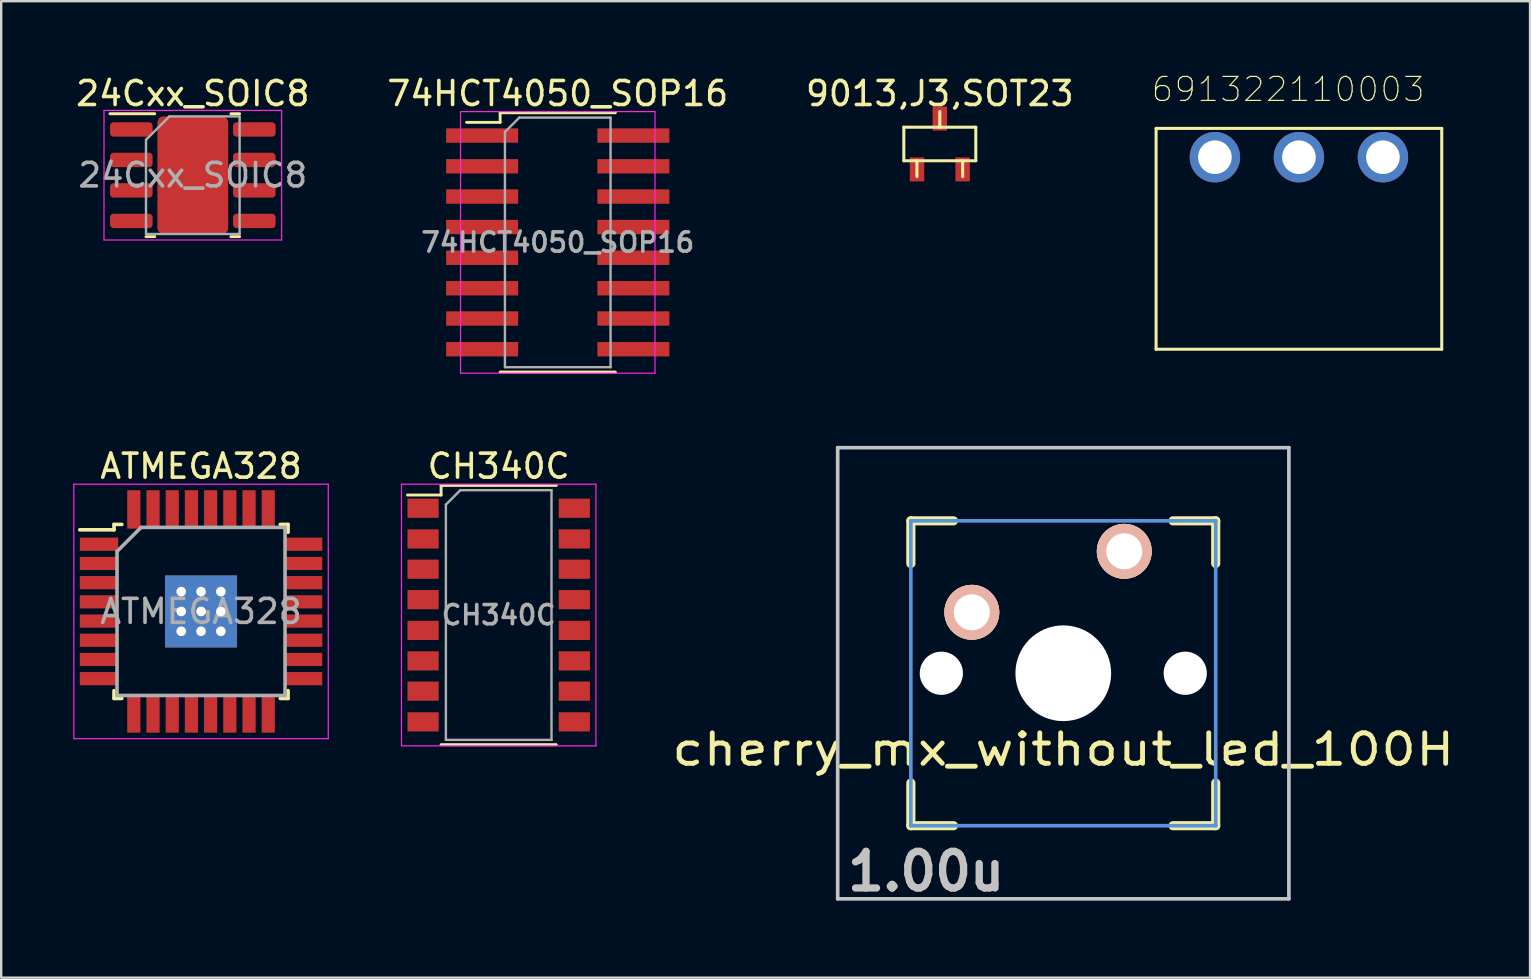
<source format=kicad_pcb>
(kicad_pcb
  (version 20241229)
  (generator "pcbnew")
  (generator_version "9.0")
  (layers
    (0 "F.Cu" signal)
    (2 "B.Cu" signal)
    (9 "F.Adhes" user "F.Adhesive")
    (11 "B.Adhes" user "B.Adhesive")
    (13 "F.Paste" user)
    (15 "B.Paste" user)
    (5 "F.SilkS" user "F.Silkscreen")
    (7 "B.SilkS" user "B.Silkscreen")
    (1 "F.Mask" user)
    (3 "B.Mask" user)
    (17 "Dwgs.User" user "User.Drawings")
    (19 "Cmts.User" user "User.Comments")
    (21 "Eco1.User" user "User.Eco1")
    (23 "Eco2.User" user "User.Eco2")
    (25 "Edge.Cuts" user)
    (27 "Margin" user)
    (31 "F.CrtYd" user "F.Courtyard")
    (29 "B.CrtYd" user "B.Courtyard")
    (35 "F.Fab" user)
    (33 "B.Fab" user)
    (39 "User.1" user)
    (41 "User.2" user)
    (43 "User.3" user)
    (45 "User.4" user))
  (footprint "CH340C"
    (layer "F.Cu")
    (at 17.725 22.572)
    (property "Reference" "CH340C" (at 0 -6.2 0) (layer "F.SilkS") (effects (font (size 1 1) (thickness 0.15))))
    (attr smd)
    (fp_line (start -2.4 -5.4) (end -2.4 -5) (stroke (width 0.12) (type solid)) (layer "F.SilkS"))
    (fp_line (start -2.4 -5.4) (end 2.4 -5.4) (stroke (width 0.12) (type solid)) (layer "F.SilkS"))
    (fp_line (start -2.4 -5) (end -3.8 -5) (stroke (width 0.12) (type solid)) (layer "F.SilkS"))
    (fp_line (start -2.4 5.4) (end 2.4 5.4) (stroke (width 0.12) (type solid)) (layer "F.SilkS"))
    (fp_line (start -4.05 -5.45) (end -4.05 5.45) (stroke (width 0.05) (type solid)) (layer "F.CrtYd"))
    (fp_line (start -4.05 -5.45) (end 4.05 -5.45) (stroke (width 0.05) (type solid)) (layer "F.CrtYd"))
    (fp_line (start 4.05 5.45) (end -4.05 5.45) (stroke (width 0.05) (type solid)) (layer "F.CrtYd"))
    (fp_line (start 4.05 5.45) (end 4.05 -5.45) (stroke (width 0.05) (type solid)) (layer "F.CrtYd"))
    (fp_line (start -2.2 -4.6) (end -1.6 -5.2) (stroke (width 0.1) (type solid)) (layer "F.Fab"))
    (fp_line (start -2.2 5.2) (end -2.2 -4.6) (stroke (width 0.1) (type solid)) (layer "F.Fab"))
    (fp_line (start -1.6 -5.2) (end 2.2 -5.2) (stroke (width 0.1) (type solid)) (layer "F.Fab"))
    (fp_line (start 2.2 -5.2) (end 2.2 5.2) (stroke (width 0.1) (type solid)) (layer "F.Fab"))
    (fp_line (start 2.2 5.2) (end -2.2 5.2) (stroke (width 0.1) (type solid)) (layer "F.Fab"))
    (fp_text user "${REFERENCE}" (at 0 0 0) (layer "F.Fab") (effects (font (size 0.8 0.8) (thickness 0.15))))
    (pad "1" smd rect (at -3.15 -4.45) (size 1.3 0.8) (layers "F.Cu" "F.Mask" "F.Paste"))
    (pad "2" smd rect (at -3.15 -3.17) (size 1.3 0.8) (layers "F.Cu" "F.Mask" "F.Paste"))
    (pad "3" smd rect (at -3.15 -1.91) (size 1.3 0.8) (layers "F.Cu" "F.Mask" "F.Paste"))
    (pad "4" smd rect (at -3.15 -0.64) (size 1.3 0.8) (layers "F.Cu" "F.Mask" "F.Paste"))
    (pad "5" smd rect (at -3.15 0.64) (size 1.3 0.8) (layers "F.Cu" "F.Mask" "F.Paste"))
    (pad "6" smd rect (at -3.15 1.91) (size 1.3 0.8) (layers "F.Cu" "F.Mask" "F.Paste"))
    (pad "7" smd rect (at -3.15 3.17) (size 1.3 0.8) (layers "F.Cu" "F.Mask" "F.Paste"))
    (pad "8" smd rect (at -3.15 4.45) (size 1.3 0.8) (layers "F.Cu" "F.Mask" "F.Paste"))
    (pad "9" smd rect (at 3.15 4.45) (size 1.3 0.8) (layers "F.Cu" "F.Mask" "F.Paste"))
    (pad "10" smd rect (at 3.15 3.17) (size 1.3 0.8) (layers "F.Cu" "F.Mask" "F.Paste"))
    (pad "11" smd rect (at 3.15 1.91) (size 1.3 0.8) (layers "F.Cu" "F.Mask" "F.Paste"))
    (pad "12" smd rect (at 3.15 0.64) (size 1.3 0.8) (layers "F.Cu" "F.Mask" "F.Paste"))
    (pad "13" smd rect (at 3.15 -0.64) (size 1.3 0.8) (layers "F.Cu" "F.Mask" "F.Paste"))
    (pad "14" smd rect (at 3.15 -1.91) (size 1.3 0.8) (layers "F.Cu" "F.Mask" "F.Paste"))
    (pad "15" smd rect (at 3.15 -3.17) (size 1.3 0.8) (layers "F.Cu" "F.Mask" "F.Paste"))
    (pad "16" smd rect (at 3.15 -4.45) (size 1.3 0.8) (layers "F.Cu" "F.Mask" "F.Paste")))
  (footprint "24Cxx_SOIC8"
    (layer "F.Cu")
    (at 4.982 4.248)
    (property "Reference" "24Cxx_SOIC8" (at 0 -3.4 0) (layer "F.SilkS") (effects (font (size 1 1) (thickness 0.15))))
    (attr smd)
    (fp_line (start -1.586 -2.56) (end -3.45 -2.56) (stroke (width 0.12) (type solid)) (layer "F.SilkS"))
    (fp_line (start -1.586 2.56) (end -1.95 2.56) (stroke (width 0.12) (type solid)) (layer "F.SilkS"))
    (fp_line (start 1.586 -2.56) (end 1.95 -2.56) (stroke (width 0.12) (type solid)) (layer "F.SilkS"))
    (fp_line (start 1.586 2.56) (end 1.95 2.56) (stroke (width 0.12) (type solid)) (layer "F.SilkS"))
    (fp_line (start -3.7 -2.7) (end -3.7 2.7) (stroke (width 0.05) (type solid)) (layer "F.CrtYd"))
    (fp_line (start -3.7 2.7) (end 3.7 2.7) (stroke (width 0.05) (type solid)) (layer "F.CrtYd"))
    (fp_line (start 3.7 -2.7) (end -3.7 -2.7) (stroke (width 0.05) (type solid)) (layer "F.CrtYd"))
    (fp_line (start 3.7 2.7) (end 3.7 -2.7) (stroke (width 0.05) (type solid)) (layer "F.CrtYd"))
    (fp_line (start -1.95 -1.475) (end -0.975 -2.45) (stroke (width 0.1) (type solid)) (layer "F.Fab"))
    (fp_line (start -1.95 2.45) (end -1.95 -1.475) (stroke (width 0.1) (type solid)) (layer "F.Fab"))
    (fp_line (start -0.975 -2.45) (end 1.95 -2.45) (stroke (width 0.1) (type solid)) (layer "F.Fab"))
    (fp_line (start 1.95 -2.45) (end 1.95 2.45) (stroke (width 0.1) (type solid)) (layer "F.Fab"))
    (fp_line (start 1.95 2.45) (end -1.95 2.45) (stroke (width 0.1) (type solid)) (layer "F.Fab"))
    (fp_text user "${REFERENCE}" (at 0 0 0) (layer "F.Fab") (effects (font (size 0.98 0.98) (thickness 0.15))))
    (pad "" smd roundrect (at -0.68 -0.85) (size 1.09 1.37) (layers "F.Paste") (roundrect_rratio 0.229))
    (pad "" smd roundrect (at -0.68 0.85) (size 1.09 1.37) (layers "F.Paste") (roundrect_rratio 0.229))
    (pad "" smd roundrect (at 0 0) (size 2.71 3.4) (layers "F.Mask") (roundrect_rratio 0.092))
    (pad "" smd roundrect (at 0.68 -0.85) (size 1.09 1.37) (layers "F.Paste") (roundrect_rratio 0.229))
    (pad "" smd roundrect (at 0.68 0.85) (size 1.09 1.37) (layers "F.Paste") (roundrect_rratio 0.229))
    (pad "1" smd roundrect (at -2.562 -1.905) (size 1.775 0.6) (layers "F.Cu" "F.Mask" "F.Paste") (roundrect_rratio 0.25))
    (pad "2" smd roundrect (at -2.562 -0.635) (size 1.775 0.6) (layers "F.Cu" "F.Mask" "F.Paste") (roundrect_rratio 0.25))
    (pad "3" smd roundrect (at -2.562 0.635) (size 1.775 0.6) (layers "F.Cu" "F.Mask" "F.Paste") (roundrect_rratio 0.25))
    (pad "4" smd roundrect (at -2.562 1.905) (size 1.775 0.6) (layers "F.Cu" "F.Mask" "F.Paste") (roundrect_rratio 0.25))
    (pad "4" smd roundrect (at 0 0) (size 2.95 4.9) (layers "F.Cu") (roundrect_rratio 0.085))
    (pad "5" smd roundrect (at 2.562 1.905) (size 1.775 0.6) (layers "F.Cu" "F.Mask" "F.Paste") (roundrect_rratio 0.25))
    (pad "6" smd roundrect (at 2.562 0.635) (size 1.775 0.6) (layers "F.Cu" "F.Mask" "F.Paste") (roundrect_rratio 0.25))
    (pad "7" smd roundrect (at 2.562 -0.635) (size 1.775 0.6) (layers "F.Cu" "F.Mask" "F.Paste") (roundrect_rratio 0.25))
    (pad "8" smd roundrect (at 2.562 -1.905) (size 1.775 0.6) (layers "F.Cu" "F.Mask" "F.Paste") (roundrect_rratio 0.25)))
  (footprint "691322110003"
    (layer "F.Cu")
    (at 51.061 3.499)
    (property "Reference" "691322110003" (at -0.449 -2.826 0) (layer "F.SilkS") (effects (font (size 1 1) (thickness 0.05))))
    (attr through_hole)
    (fp_line (start -5.95 -1.2) (end -5.95 8) (stroke (width 0.127) (type solid)) (layer "F.SilkS"))
    (fp_line (start -5.95 8) (end 5.95 8) (stroke (width 0.127) (type solid)) (layer "F.SilkS"))
    (fp_line (start 5.95 -1.2) (end -5.95 -1.2) (stroke (width 0.127) (type solid)) (layer "F.SilkS"))
    (fp_line (start 5.95 8) (end 5.95 -1.2) (stroke (width 0.127) (type solid)) (layer "F.SilkS"))
    (fp_poly (pts (xy -6.2 -1.45) (xy 6.2 -1.45) (xy 6.2 8.25) (xy -6.2 8.25)) (stroke (width 0.127) (type solid)) (fill no) (layer "Eco1.User"))
    (fp_text user "1" (at -4 2.75 0) (layer "Edge.Cuts") (effects (font (size 1 1) (thickness 0.05))))
    (pad "1" thru_hole circle (at -3.5 0 180) (size 2.1 2.1) (drill 1.4) (layers "*.Cu" "*.Mask"))
    (pad "2" thru_hole circle (at 0 0 180) (size 2.1 2.1) (drill 1.4) (layers "*.Cu" "*.Mask"))
    (pad "3" thru_hole circle (at 3.5 0 180) (size 2.1 2.1) (drill 1.4) (layers "*.Cu" "*.Mask")))
  (footprint "74HCT4050_SOP16"
    (layer "F.Cu")
    (at 20.185 7.048)
    (property "Reference" "74HCT4050_SOP16" (at 0 -6.2 0) (layer "F.SilkS") (effects (font (size 1 1) (thickness 0.15))))
    (attr smd)
    (fp_line (start -2.4 -5.4) (end -2.4 -5) (stroke (width 0.12) (type solid)) (layer "F.SilkS"))
    (fp_line (start -2.4 -5.4) (end 2.4 -5.4) (stroke (width 0.12) (type solid)) (layer "F.SilkS"))
    (fp_line (start -2.4 -5) (end -3.8 -5) (stroke (width 0.12) (type solid)) (layer "F.SilkS"))
    (fp_line (start -2.4 5.4) (end 2.4 5.4) (stroke (width 0.12) (type solid)) (layer "F.SilkS"))
    (fp_line (start -4.05 -5.45) (end -4.05 5.45) (stroke (width 0.05) (type solid)) (layer "F.CrtYd"))
    (fp_line (start -4.05 -5.45) (end 4.05 -5.45) (stroke (width 0.05) (type solid)) (layer "F.CrtYd"))
    (fp_line (start 4.05 5.45) (end -4.05 5.45) (stroke (width 0.05) (type solid)) (layer "F.CrtYd"))
    (fp_line (start 4.05 5.45) (end 4.05 -5.45) (stroke (width 0.05) (type solid)) (layer "F.CrtYd"))
    (fp_line (start -2.2 -4.6) (end -1.6 -5.2) (stroke (width 0.1) (type solid)) (layer "F.Fab"))
    (fp_line (start -2.2 5.2) (end -2.2 -4.6) (stroke (width 0.1) (type solid)) (layer "F.Fab"))
    (fp_line (start -1.6 -5.2) (end 2.2 -5.2) (stroke (width 0.1) (type solid)) (layer "F.Fab"))
    (fp_line (start 2.2 -5.2) (end 2.2 5.2) (stroke (width 0.1) (type solid)) (layer "F.Fab"))
    (fp_line (start 2.2 5.2) (end -2.2 5.2) (stroke (width 0.1) (type solid)) (layer "F.Fab"))
    (fp_text user "${REFERENCE}" (at 0 0 0) (layer "F.Fab") (effects (font (size 0.8 0.8) (thickness 0.15))))
    (pad "1" smd rect (at -3.15 -4.45) (size 3 0.6) (layers "F.Cu" "F.Mask" "F.Paste"))
    (pad "2" smd rect (at -3.15 -3.17) (size 3 0.6) (layers "F.Cu" "F.Mask" "F.Paste"))
    (pad "3" smd rect (at -3.15 -1.91) (size 3 0.6) (layers "F.Cu" "F.Mask" "F.Paste"))
    (pad "4" smd rect (at -3.15 -0.64) (size 3 0.6) (layers "F.Cu" "F.Mask" "F.Paste"))
    (pad "5" smd rect (at -3.15 0.64) (size 3 0.6) (layers "F.Cu" "F.Mask" "F.Paste"))
    (pad "6" smd rect (at -3.15 1.91) (size 3 0.6) (layers "F.Cu" "F.Mask" "F.Paste"))
    (pad "7" smd rect (at -3.15 3.17) (size 3 0.6) (layers "F.Cu" "F.Mask" "F.Paste"))
    (pad "8" smd rect (at -3.15 4.45) (size 3 0.6) (layers "F.Cu" "F.Mask" "F.Paste"))
    (pad "9" smd rect (at 3.15 4.45) (size 3 0.6) (layers "F.Cu" "F.Mask" "F.Paste"))
    (pad "10" smd rect (at 3.15 3.17) (size 3 0.6) (layers "F.Cu" "F.Mask" "F.Paste"))
    (pad "11" smd rect (at 3.15 1.91) (size 3 0.6) (layers "F.Cu" "F.Mask" "F.Paste"))
    (pad "12" smd rect (at 3.15 0.64) (size 3 0.6) (layers "F.Cu" "F.Mask" "F.Paste"))
    (pad "13" smd rect (at 3.15 -0.64) (size 3 0.6) (layers "F.Cu" "F.Mask" "F.Paste"))
    (pad "14" smd rect (at 3.15 -1.91) (size 3 0.6) (layers "F.Cu" "F.Mask" "F.Paste"))
    (pad "15" smd rect (at 3.15 -3.17) (size 3 0.6) (layers "F.Cu" "F.Mask" "F.Paste"))
    (pad "16" smd rect (at 3.15 -4.45) (size 3 0.6) (layers "F.Cu" "F.Mask" "F.Paste")))
  (footprint "9013,J3,SOT23"
    (layer "F.Cu")
    (at 36.101 2.948)
    (property "Reference" "9013,J3,SOT23" (at 0 -2.1 0) (layer "F.SilkS") (effects (font (size 1 1) (thickness 0.15))))
    (attr through_hole)
    (fp_line (start -1.499 -0.699) (end 1.499 -0.699) (stroke (width 0.127) (type solid)) (layer "F.SilkS"))
    (fp_line (start -1.499 0.699) (end -1.499 -0.699) (stroke (width 0.127) (type solid)) (layer "F.SilkS"))
    (fp_line (start -0.953 0.699) (end -0.953 1.359) (stroke (width 0.127) (type solid)) (layer "F.SilkS"))
    (fp_line (start 0 -0.699) (end 0 -1.359) (stroke (width 0.127) (type solid)) (layer "F.SilkS"))
    (fp_line (start 0.953 0.699) (end 0.953 1.359) (stroke (width 0.127) (type solid)) (layer "F.SilkS"))
    (fp_line (start 1.499 -0.699) (end 1.499 0.699) (stroke (width 0.127) (type solid)) (layer "F.SilkS"))
    (fp_line (start 1.499 0.699) (end -1.499 0.699) (stroke (width 0.127) (type solid)) (layer "F.SilkS"))
    (pad "1" smd rect (at -0.95 1.06) (size 0.6 1) (layers "F.Cu" "F.Mask" "F.Paste"))
    (pad "2" smd rect (at 0.95 1.06) (size 0.6 1) (layers "F.Cu" "F.Mask" "F.Paste"))
    (pad "3" smd rect (at 0 -1.06) (size 0.6 1) (layers "F.Cu" "F.Mask" "F.Paste")))
  (footprint "ATMEGA328"
    (layer "F.Cu")
    (at 5.325 22.422)
    (property "Reference" "ATMEGA328" (at 0 -6.05 0) (layer "F.SilkS") (effects (font (size 1 1) (thickness 0.15))))
    (attr smd)
    (fp_line (start -3.625 -3.625) (end -3.625 -3.4) (stroke (width 0.15) (type solid)) (layer "F.SilkS"))
    (fp_line (start -3.625 -3.625) (end -3.3 -3.625) (stroke (width 0.15) (type solid)) (layer "F.SilkS"))
    (fp_line (start -3.625 -3.4) (end -5.05 -3.4) (stroke (width 0.15) (type solid)) (layer "F.SilkS"))
    (fp_line (start -3.625 3.625) (end -3.625 3.3) (stroke (width 0.15) (type solid)) (layer "F.SilkS"))
    (fp_line (start -3.625 3.625) (end -3.3 3.625) (stroke (width 0.15) (type solid)) (layer "F.SilkS"))
    (fp_line (start 3.625 -3.625) (end 3.3 -3.625) (stroke (width 0.15) (type solid)) (layer "F.SilkS"))
    (fp_line (start 3.625 -3.625) (end 3.625 -3.3) (stroke (width 0.15) (type solid)) (layer "F.SilkS"))
    (fp_line (start 3.625 3.625) (end 3.3 3.625) (stroke (width 0.15) (type solid)) (layer "F.SilkS"))
    (fp_line (start 3.625 3.625) (end 3.625 3.3) (stroke (width 0.15) (type solid)) (layer "F.SilkS"))
    (fp_line (start -5.3 -5.3) (end -5.3 5.3) (stroke (width 0.05) (type solid)) (layer "F.CrtYd"))
    (fp_line (start -5.3 -5.3) (end 5.3 -5.3) (stroke (width 0.05) (type solid)) (layer "F.CrtYd"))
    (fp_line (start -5.3 5.3) (end 5.3 5.3) (stroke (width 0.05) (type solid)) (layer "F.CrtYd"))
    (fp_line (start 5.3 -5.3) (end 5.3 5.3) (stroke (width 0.05) (type solid)) (layer "F.CrtYd"))
    (fp_line (start -3.5 -2.5) (end -2.5 -3.5) (stroke (width 0.15) (type solid)) (layer "F.Fab"))
    (fp_line (start -3.5 3.5) (end -3.5 -2.5) (stroke (width 0.15) (type solid)) (layer "F.Fab"))
    (fp_line (start -2.5 -3.5) (end 3.5 -3.5) (stroke (width 0.15) (type solid)) (layer "F.Fab"))
    (fp_line (start 3.5 -3.5) (end 3.5 3.5) (stroke (width 0.15) (type solid)) (layer "F.Fab"))
    (fp_line (start 3.5 3.5) (end -3.5 3.5) (stroke (width 0.15) (type solid)) (layer "F.Fab"))
    (fp_text user "${REFERENCE}" (at 0 0 0) (layer "F.Fab") (effects (font (size 1 1) (thickness 0.15))))
    (pad "" thru_hole circle (at -0.826 -0.826) (size 1 1) (drill 0.4) (layers "*.Cu"))
    (pad "" thru_hole circle (at -0.826 0) (size 1 1) (drill 0.4) (layers "*.Cu"))
    (pad "" thru_hole circle (at -0.826 0.826) (size 1 1) (drill 0.4) (layers "*.Cu"))
    (pad "" thru_hole circle (at 0 -0.826) (size 1 1) (drill 0.4) (layers "*.Cu"))
    (pad "" np_thru_hole rect (at 0 0) (size 3 3) (drill 0.4) (layers "*.Cu" "F.Mask"))
    (pad "" thru_hole circle (at 0 0.826) (size 1 1) (drill 0.4) (layers "*.Cu"))
    (pad "" thru_hole circle (at 0.826 -0.826) (size 1 1) (drill 0.4) (layers "*.Cu"))
    (pad "" thru_hole circle (at 0.826 0) (size 1 1) (drill 0.4) (layers "*.Cu"))
    (pad "" thru_hole circle (at 0.826 0.826) (size 1 1) (drill 0.4) (layers "*.Cu"))
    (pad "1" smd rect (at -4.25 -2.8) (size 1.6 0.55) (layers "F.Cu" "F.Mask" "F.Paste"))
    (pad "2" smd rect (at -4.25 -2) (size 1.6 0.55) (layers "F.Cu" "F.Mask" "F.Paste"))
    (pad "3" smd rect (at -4.25 -1.2) (size 1.6 0.55) (layers "F.Cu" "F.Mask" "F.Paste"))
    (pad "4" smd rect (at -4.25 -0.4) (size 1.6 0.55) (layers "F.Cu" "F.Mask" "F.Paste"))
    (pad "5" smd rect (at -4.25 0.4) (size 1.6 0.55) (layers "F.Cu" "F.Mask" "F.Paste"))
    (pad "6" smd rect (at -4.25 1.2) (size 1.6 0.55) (layers "F.Cu" "F.Mask" "F.Paste"))
    (pad "7" smd rect (at -4.25 2) (size 1.6 0.55) (layers "F.Cu" "F.Mask" "F.Paste"))
    (pad "8" smd rect (at -4.25 2.8) (size 1.6 0.55) (layers "F.Cu" "F.Mask" "F.Paste"))
    (pad "9" smd rect (at -2.8 4.25 90) (size 1.6 0.55) (layers "F.Cu" "F.Mask" "F.Paste"))
    (pad "10" smd rect (at -2 4.25 90) (size 1.6 0.55) (layers "F.Cu" "F.Mask" "F.Paste"))
    (pad "11" smd rect (at -1.2 4.25 90) (size 1.6 0.55) (layers "F.Cu" "F.Mask" "F.Paste"))
    (pad "12" smd rect (at -0.4 4.25 90) (size 1.6 0.55) (layers "F.Cu" "F.Mask" "F.Paste"))
    (pad "13" smd rect (at 0.4 4.25 90) (size 1.6 0.55) (layers "F.Cu" "F.Mask" "F.Paste"))
    (pad "14" smd rect (at 1.2 4.25 90) (size 1.6 0.55) (layers "F.Cu" "F.Mask" "F.Paste"))
    (pad "15" smd rect (at 2 4.25 90) (size 1.6 0.55) (layers "F.Cu" "F.Mask" "F.Paste"))
    (pad "16" smd rect (at 2.8 4.25 90) (size 1.6 0.55) (layers "F.Cu" "F.Mask" "F.Paste"))
    (pad "17" smd rect (at 4.25 2.8) (size 1.6 0.55) (layers "F.Cu" "F.Mask" "F.Paste"))
    (pad "18" smd rect (at 4.25 2) (size 1.6 0.55) (layers "F.Cu" "F.Mask" "F.Paste"))
    (pad "19" smd rect (at 4.25 1.2) (size 1.6 0.55) (layers "F.Cu" "F.Mask" "F.Paste"))
    (pad "20" smd rect (at 4.25 0.4) (size 1.6 0.55) (layers "F.Cu" "F.Mask" "F.Paste"))
    (pad "21" smd rect (at 4.25 -0.4) (size 1.6 0.55) (layers "F.Cu" "F.Mask" "F.Paste"))
    (pad "22" smd rect (at 4.25 -1.2) (size 1.6 0.55) (layers "F.Cu" "F.Mask" "F.Paste"))
    (pad "23" smd rect (at 4.25 -2) (size 1.6 0.55) (layers "F.Cu" "F.Mask" "F.Paste"))
    (pad "24" smd rect (at 4.25 -2.8) (size 1.6 0.55) (layers "F.Cu" "F.Mask" "F.Paste"))
    (pad "25" smd rect (at 2.8 -4.25 90) (size 1.6 0.55) (layers "F.Cu" "F.Mask" "F.Paste"))
    (pad "26" smd rect (at 2 -4.25 90) (size 1.6 0.55) (layers "F.Cu" "F.Mask" "F.Paste"))
    (pad "27" smd rect (at 1.2 -4.25 90) (size 1.6 0.55) (layers "F.Cu" "F.Mask" "F.Paste"))
    (pad "28" smd rect (at 0.4 -4.25 90) (size 1.6 0.55) (layers "F.Cu" "F.Mask" "F.Paste"))
    (pad "29" smd rect (at -0.4 -4.25 90) (size 1.6 0.55) (layers "F.Cu" "F.Mask" "F.Paste"))
    (pad "30" smd rect (at -1.2 -4.25 90) (size 1.6 0.55) (layers "F.Cu" "F.Mask" "F.Paste"))
    (pad "31" smd rect (at -2 -4.25 90) (size 1.6 0.55) (layers "F.Cu" "F.Mask" "F.Paste"))
    (pad "32" smd rect (at -2.8 -4.25 90) (size 1.6 0.55) (layers "F.Cu" "F.Mask" "F.Paste")))
  (footprint "cherry_mx_without_led_100H"
    (layer "F.Cu")
    (at 41.245 24.997)
    (property "Reference" "cherry_mx_without_led_100H" (at 0 3.175 0) (layer "F.SilkS") (effects (font (size 1.27 1.524) (thickness 0.203))))
    (attr through_hole)
    (fp_line (start -6.35 -6.35) (end -4.572 -6.35) (stroke (width 0.381) (type solid)) (layer "F.SilkS"))
    (fp_line (start -6.35 -4.572) (end -6.35 -6.35) (stroke (width 0.381) (type solid)) (layer "F.SilkS"))
    (fp_line (start -6.35 6.35) (end -6.35 4.572) (stroke (width 0.381) (type solid)) (layer "F.SilkS"))
    (fp_line (start -4.572 6.35) (end -6.35 6.35) (stroke (width 0.381) (type solid)) (layer "F.SilkS"))
    (fp_line (start 4.572 -6.35) (end 6.35 -6.35) (stroke (width 0.381) (type solid)) (layer "F.SilkS"))
    (fp_line (start 6.35 -6.35) (end 6.35 -4.572) (stroke (width 0.381) (type solid)) (layer "F.SilkS"))
    (fp_line (start 6.35 4.572) (end 6.35 6.35) (stroke (width 0.381) (type solid)) (layer "F.SilkS"))
    (fp_line (start 6.35 6.35) (end 4.572 6.35) (stroke (width 0.381) (type solid)) (layer "F.SilkS"))
    (fp_line (start -9.398 -9.398) (end 9.398 -9.398) (stroke (width 0.152) (type solid)) (layer "Dwgs.User"))
    (fp_line (start -9.398 9.398) (end -9.398 -9.398) (stroke (width 0.152) (type solid)) (layer "Dwgs.User"))
    (fp_line (start 9.398 -9.398) (end 9.398 9.398) (stroke (width 0.152) (type solid)) (layer "Dwgs.User"))
    (fp_line (start 9.398 9.398) (end -9.398 9.398) (stroke (width 0.152) (type solid)) (layer "Dwgs.User"))
    (fp_line (start -6.35 -6.35) (end 6.35 -6.35) (stroke (width 0.152) (type solid)) (layer "Cmts.User"))
    (fp_line (start -6.35 6.35) (end -6.35 -6.35) (stroke (width 0.152) (type solid)) (layer "Cmts.User"))
    (fp_line (start 6.35 -6.35) (end 6.35 6.35) (stroke (width 0.152) (type solid)) (layer "Cmts.User"))
    (fp_line (start 6.35 6.35) (end -6.35 6.35) (stroke (width 0.152) (type solid)) (layer "Cmts.User"))
    (fp_line (start -6.985 -6.985) (end 6.985 -6.985) (stroke (width 0.152) (type solid)) (layer "Eco2.User"))
    (fp_line (start -6.985 6.985) (end -6.985 -6.985) (stroke (width 0.152) (type solid)) (layer "Eco2.User"))
    (fp_line (start 6.985 -6.985) (end 6.985 6.985) (stroke (width 0.152) (type solid)) (layer "Eco2.User"))
    (fp_line (start 6.985 6.985) (end -6.985 6.985) (stroke (width 0.152) (type solid)) (layer "Eco2.User"))
    (fp_text user "1.00u" (at -5.715 8.255 0) (layer "Dwgs.User") (effects (font (size 1.524 1.524) (thickness 0.305))))
    (pad "" np_thru_hole circle (at -5.08 0) (size 1.8 1.8) (drill 1.8) (layers "*.Cu"))
    (pad "" np_thru_hole circle (at 0 0) (size 3.988 3.988) (drill 3.988) (layers "*.Cu"))
    (pad "" np_thru_hole circle (at 5.08 0) (size 1.8 1.8) (drill 1.8) (layers "*.Cu"))
    (pad "1" thru_hole circle (at 2.54 -5.08) (size 2.286 2.286) (drill 1.499) (layers "*.Cu" "*.SilkS" "*.Mask"))
    (pad "2" thru_hole circle (at -3.81 -2.54) (size 2.286 2.286) (drill 1.499) (layers "*.Cu" "*.SilkS" "*.Mask")))
  (gr_rect
    (start -3 -3)
    (end 60.689 37.679)
    (stroke (width 0.1) (type default))
    (fill no)
    (layer "Edge.Cuts")))
</source>
